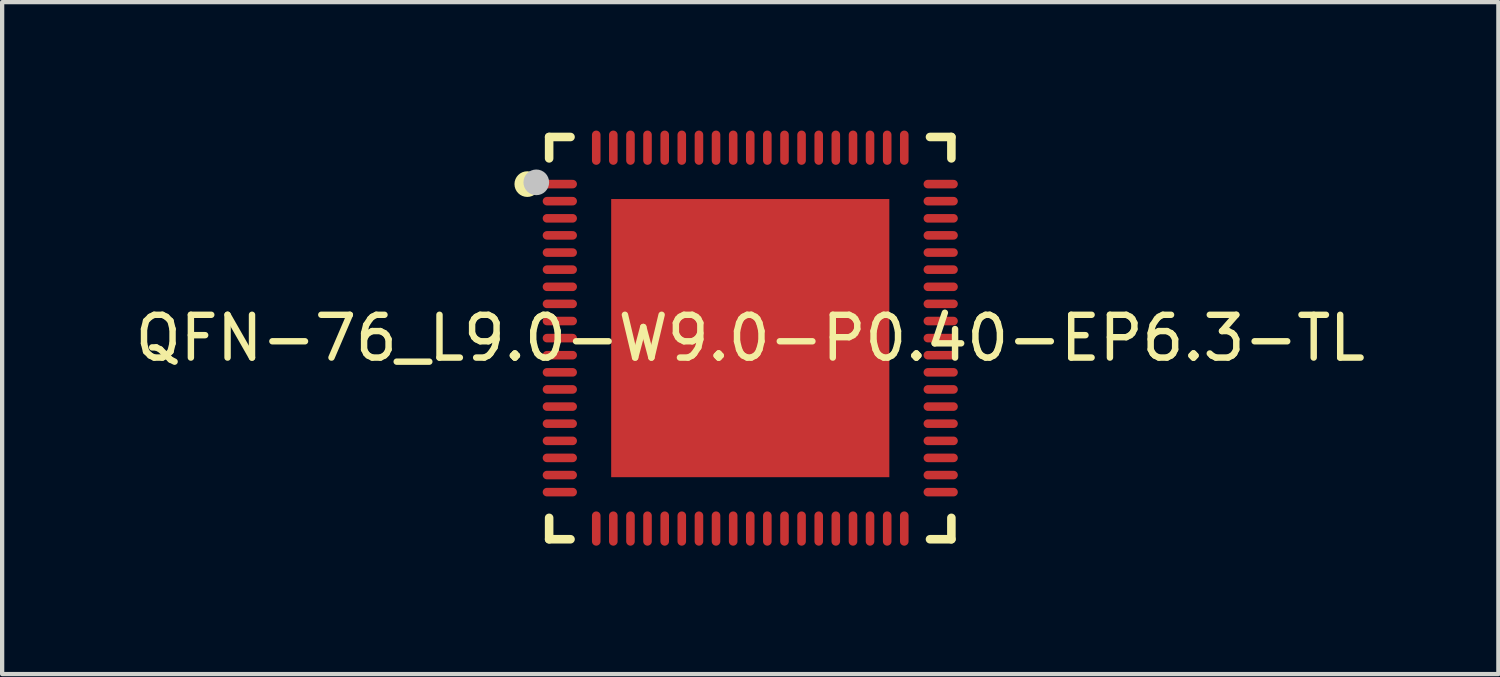
<source format=kicad_pcb>
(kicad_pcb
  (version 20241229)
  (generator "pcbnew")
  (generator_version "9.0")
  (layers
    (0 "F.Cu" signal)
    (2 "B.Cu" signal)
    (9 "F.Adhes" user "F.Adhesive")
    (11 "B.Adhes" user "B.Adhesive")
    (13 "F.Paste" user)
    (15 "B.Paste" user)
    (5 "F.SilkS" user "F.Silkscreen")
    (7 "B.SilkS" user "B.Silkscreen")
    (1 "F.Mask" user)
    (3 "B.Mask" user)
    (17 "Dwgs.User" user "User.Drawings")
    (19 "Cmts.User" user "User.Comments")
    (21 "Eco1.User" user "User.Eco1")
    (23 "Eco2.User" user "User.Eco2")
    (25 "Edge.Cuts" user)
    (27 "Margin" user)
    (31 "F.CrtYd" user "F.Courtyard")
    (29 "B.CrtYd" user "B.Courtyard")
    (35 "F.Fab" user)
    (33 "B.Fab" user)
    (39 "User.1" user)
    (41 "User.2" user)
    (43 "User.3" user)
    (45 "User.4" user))
  (footprint "QFN-76_L9.0-W9.0-P0.40-EP6.3-TL"
    (layer "F.Cu")
    (at 14.482 4.851)
    (property "Reference" "QFN-76_L9.0-W9.0-P0.40-EP6.3-TL" (at 0 0 0) (layer "F.SilkS") (effects (font (size 1 1) (thickness 0.15))))
    (fp_line (start -4.7 -4.7) (end -4.2 -4.7) (stroke (width 0.2) (type default)) (layer "F.SilkS"))
    (fp_line (start -4.7 -4.2) (end -4.7 -4.7) (stroke (width 0.2) (type default)) (layer "F.SilkS"))
    (fp_line (start -4.7 4.7) (end -4.7 4.2) (stroke (width 0.2) (type default)) (layer "F.SilkS"))
    (fp_line (start -4.2 4.7) (end -4.7 4.7) (stroke (width 0.2) (type default)) (layer "F.SilkS"))
    (fp_line (start 4.2 4.7) (end 4.7 4.7) (stroke (width 0.2) (type default)) (layer "F.SilkS"))
    (fp_line (start 4.7 -4.7) (end 4.2 -4.7) (stroke (width 0.2) (type default)) (layer "F.SilkS"))
    (fp_line (start 4.7 -4.2) (end 4.7 -4.7) (stroke (width 0.2) (type default)) (layer "F.SilkS"))
    (fp_line (start 4.7 4.7) (end 4.7 4.2) (stroke (width 0.2) (type default)) (layer "F.SilkS"))
    (fp_arc (start -5.06 -3.5975) (mid -5.360003 -3.59825) (end -5.06 -3.6) (stroke (width 0.3) (type default)) (layer "F.SilkS"))
    (fp_poly (pts (xy -2.9 -2.9) (xy 2.9 -2.9) (xy 2.9 2.9) (xy -2.9 2.9)) (stroke (width 0) (type default)) (fill yes) (layer "F.Paste"))
    (fp_poly (pts (arc (start -4.75 -3.499) (mid -4.85 -3.599) (end -4.75 -3.699)) (arc (start -4.15 -3.699) (mid -4.05 -3.599) (end -4.15 -3.499))) (stroke (width 0) (type default)) (fill yes) (layer "F.Paste"))
    (fp_poly (pts (arc (start -4.75 -3.1005) (mid -4.85 -3.2005) (end -4.75 -3.3005)) (arc (start -4.15 -3.3005) (mid -4.05 -3.2005) (end -4.15 -3.1005))) (stroke (width 0) (type default)) (fill yes) (layer "F.Paste"))
    (fp_poly (pts (arc (start -4.75 -2.699) (mid -4.85 -2.799) (end -4.75 -2.899)) (arc (start -4.15 -2.899) (mid -4.05 -2.799) (end -4.15 -2.699))) (stroke (width 0) (type default)) (fill yes) (layer "F.Paste"))
    (fp_poly (pts (arc (start -4.75 -2.3005) (mid -4.85 -2.4005) (end -4.75 -2.5005)) (arc (start -4.15 -2.5005) (mid -4.05 -2.4005) (end -4.15 -2.3005))) (stroke (width 0) (type default)) (fill yes) (layer "F.Paste"))
    (fp_poly (pts (arc (start -4.75 -1.899) (mid -4.85 -1.999) (end -4.75 -2.099)) (arc (start -4.15 -2.099) (mid -4.05 -1.999) (end -4.15 -1.899))) (stroke (width 0) (type default)) (fill yes) (layer "F.Paste"))
    (fp_poly (pts (arc (start -4.75 -1.5) (mid -4.85 -1.6) (end -4.75 -1.7)) (arc (start -4.15 -1.7) (mid -4.05 -1.6) (end -4.15 -1.5))) (stroke (width 0) (type default)) (fill yes) (layer "F.Paste"))
    (fp_poly (pts (arc (start -4.75 -1.099) (mid -4.85 -1.199) (end -4.75 -1.299)) (arc (start -4.15 -1.299) (mid -4.05 -1.199) (end -4.15 -1.099))) (stroke (width 0) (type default)) (fill yes) (layer "F.Paste"))
    (fp_poly (pts (arc (start -4.75 -0.7) (mid -4.85 -0.8) (end -4.75 -0.9)) (arc (start -4.15 -0.9) (mid -4.05 -0.8) (end -4.15 -0.7))) (stroke (width 0) (type default)) (fill yes) (layer "F.Paste"))
    (fp_poly (pts (arc (start -4.75 -0.299) (mid -4.85 -0.399) (end -4.75 -0.499)) (arc (start -4.15 -0.499) (mid -4.05 -0.399) (end -4.15 -0.299))) (stroke (width 0) (type default)) (fill yes) (layer "F.Paste"))
    (fp_poly (pts (arc (start -4.75 0.1) (mid -4.85 0) (end -4.75 -0.1)) (arc (start -4.15 -0.1) (mid -4.05 0) (end -4.15 0.1))) (stroke (width 0) (type default)) (fill yes) (layer "F.Paste"))
    (fp_poly (pts (arc (start -4.75 0.499) (mid -4.85 0.399) (end -4.75 0.299)) (arc (start -4.15 0.299) (mid -4.05 0.399) (end -4.15 0.499))) (stroke (width 0) (type default)) (fill yes) (layer "F.Paste"))
    (fp_poly (pts (arc (start -4.75 0.9) (mid -4.85 0.8) (end -4.75 0.7)) (arc (start -4.15 0.7) (mid -4.05 0.8) (end -4.15 0.9))) (stroke (width 0) (type default)) (fill yes) (layer "F.Paste"))
    (fp_poly (pts (arc (start -4.75 1.299) (mid -4.85 1.199) (end -4.75 1.099)) (arc (start -4.15 1.099) (mid -4.05 1.199) (end -4.15 1.299))) (stroke (width 0) (type default)) (fill yes) (layer "F.Paste"))
    (fp_poly (pts (arc (start -4.75 1.7) (mid -4.85 1.6) (end -4.75 1.5)) (arc (start -4.15 1.5) (mid -4.05 1.6) (end -4.15 1.7))) (stroke (width 0) (type default)) (fill yes) (layer "F.Paste"))
    (fp_poly (pts (arc (start -4.75 2.099) (mid -4.85 1.999) (end -4.75 1.899)) (arc (start -4.15 1.899) (mid -4.05 1.999) (end -4.15 2.099))) (stroke (width 0) (type default)) (fill yes) (layer "F.Paste"))
    (fp_poly (pts (arc (start -4.75 2.5005) (mid -4.85 2.4005) (end -4.75 2.3005)) (arc (start -4.15 2.3005) (mid -4.05 2.4005) (end -4.15 2.5005))) (stroke (width 0) (type default)) (fill yes) (layer "F.Paste"))
    (fp_poly (pts (arc (start -4.75 2.899) (mid -4.85 2.799) (end -4.75 2.699)) (arc (start -4.15 2.699) (mid -4.05 2.799) (end -4.15 2.899))) (stroke (width 0) (type default)) (fill yes) (layer "F.Paste"))
    (fp_poly (pts (arc (start -4.75 3.3005) (mid -4.85 3.2005) (end -4.75 3.1005)) (arc (start -4.15 3.1005) (mid -4.05 3.2005) (end -4.15 3.3005))) (stroke (width 0) (type default)) (fill yes) (layer "F.Paste"))
    (fp_poly (pts (arc (start -4.75 3.699) (mid -4.85 3.599) (end -4.75 3.499)) (arc (start -4.15 3.499) (mid -4.05 3.599) (end -4.15 3.699))) (stroke (width 0) (type default)) (fill yes) (layer "F.Paste"))
    (fp_poly (pts (arc (start -3.699 -4.75) (mid -3.599 -4.85) (end -3.499 -4.75)) (arc (start -3.499 -4.15) (mid -3.599 -4.05) (end -3.699 -4.15))) (stroke (width 0) (type default)) (fill yes) (layer "F.Paste"))
    (fp_poly (pts (arc (start -3.499 4.75) (mid -3.599 4.85) (end -3.699 4.75)) (arc (start -3.699 4.15) (mid -3.599 4.05) (end -3.499 4.15))) (stroke (width 0) (type default)) (fill yes) (layer "F.Paste"))
    (fp_poly (pts (arc (start -3.3005 -4.75) (mid -3.2005 -4.85) (end -3.1005 -4.75)) (arc (start -3.1005 -4.15) (mid -3.2005 -4.05) (end -3.3005 -4.15))) (stroke (width 0) (type default)) (fill yes) (layer "F.Paste"))
    (fp_poly (pts (arc (start -3.1005 4.75) (mid -3.2005 4.85) (end -3.3005 4.75)) (arc (start -3.3005 4.15) (mid -3.2005 4.05) (end -3.1005 4.15))) (stroke (width 0) (type default)) (fill yes) (layer "F.Paste"))
    (fp_poly (pts (arc (start -2.899 -4.75) (mid -2.799 -4.85) (end -2.699 -4.75)) (arc (start -2.699 -4.15) (mid -2.799 -4.05) (end -2.899 -4.15))) (stroke (width 0) (type default)) (fill yes) (layer "F.Paste"))
    (fp_poly (pts (arc (start -2.699 4.75) (mid -2.799 4.85) (end -2.899 4.75)) (arc (start -2.899 4.15) (mid -2.799 4.05) (end -2.699 4.15))) (stroke (width 0) (type default)) (fill yes) (layer "F.Paste"))
    (fp_poly (pts (arc (start -2.5005 -4.75) (mid -2.4005 -4.85) (end -2.3005 -4.75)) (arc (start -2.3005 -4.15) (mid -2.4005 -4.05) (end -2.5005 -4.15))) (stroke (width 0) (type default)) (fill yes) (layer "F.Paste"))
    (fp_poly (pts (arc (start -2.3005 4.75) (mid -2.4005 4.85) (end -2.5005 4.75)) (arc (start -2.5005 4.15) (mid -2.4005 4.05) (end -2.3005 4.15))) (stroke (width 0) (type default)) (fill yes) (layer "F.Paste"))
    (fp_poly (pts (arc (start -2.099 -4.75) (mid -1.999 -4.85) (end -1.899 -4.75)) (arc (start -1.899 -4.15) (mid -1.999 -4.05) (end -2.099 -4.15))) (stroke (width 0) (type default)) (fill yes) (layer "F.Paste"))
    (fp_poly (pts (arc (start -1.899 4.75) (mid -1.999 4.85) (end -2.099 4.75)) (arc (start -2.099 4.15) (mid -1.999 4.05) (end -1.899 4.15))) (stroke (width 0) (type default)) (fill yes) (layer "F.Paste"))
    (fp_poly (pts (arc (start -1.7 -4.75) (mid -1.6 -4.85) (end -1.5 -4.75)) (arc (start -1.5 -4.15) (mid -1.6 -4.05) (end -1.7 -4.15))) (stroke (width 0) (type default)) (fill yes) (layer "F.Paste"))
    (fp_poly (pts (arc (start -1.5 4.75) (mid -1.6 4.85) (end -1.7 4.75)) (arc (start -1.7 4.15) (mid -1.6 4.05) (end -1.5 4.15))) (stroke (width 0) (type default)) (fill yes) (layer "F.Paste"))
    (fp_poly (pts (arc (start -1.299 -4.75) (mid -1.199 -4.85) (end -1.099 -4.75)) (arc (start -1.099 -4.15) (mid -1.199 -4.05) (end -1.299 -4.15))) (stroke (width 0) (type default)) (fill yes) (layer "F.Paste"))
    (fp_poly (pts (arc (start -1.099 4.75) (mid -1.199 4.85) (end -1.299 4.75)) (arc (start -1.299 4.15) (mid -1.199 4.05) (end -1.099 4.15))) (stroke (width 0) (type default)) (fill yes) (layer "F.Paste"))
    (fp_poly (pts (arc (start -0.9 -4.75) (mid -0.8 -4.85) (end -0.7 -4.75)) (arc (start -0.7 -4.15) (mid -0.8 -4.05) (end -0.9 -4.15))) (stroke (width 0) (type default)) (fill yes) (layer "F.Paste"))
    (fp_poly (pts (arc (start -0.7 4.75) (mid -0.8 4.85) (end -0.9 4.75)) (arc (start -0.9 4.15) (mid -0.8 4.05) (end -0.7 4.15))) (stroke (width 0) (type default)) (fill yes) (layer "F.Paste"))
    (fp_poly (pts (arc (start -0.499 -4.75) (mid -0.399 -4.85) (end -0.299 -4.75)) (arc (start -0.299 -4.15) (mid -0.399 -4.05) (end -0.499 -4.15))) (stroke (width 0) (type default)) (fill yes) (layer "F.Paste"))
    (fp_poly (pts (arc (start -0.299 4.75) (mid -0.399 4.85) (end -0.499 4.75)) (arc (start -0.499 4.15) (mid -0.399 4.05) (end -0.299 4.15))) (stroke (width 0) (type default)) (fill yes) (layer "F.Paste"))
    (fp_poly (pts (arc (start -0.1 -4.75) (mid 0 -4.85) (end 0.1 -4.75)) (arc (start 0.1 -4.15) (mid 0 -4.05) (end -0.1 -4.15))) (stroke (width 0) (type default)) (fill yes) (layer "F.Paste"))
    (fp_poly (pts (arc (start 0.1 4.75) (mid 0 4.85) (end -0.1 4.75)) (arc (start -0.1 4.15) (mid 0 4.05) (end 0.1 4.15))) (stroke (width 0) (type default)) (fill yes) (layer "F.Paste"))
    (fp_poly (pts (arc (start 0.299 -4.75) (mid 0.399 -4.85) (end 0.499 -4.75)) (arc (start 0.499 -4.15) (mid 0.399 -4.05) (end 0.299 -4.15))) (stroke (width 0) (type default)) (fill yes) (layer "F.Paste"))
    (fp_poly (pts (arc (start 0.499 4.75) (mid 0.399 4.85) (end 0.299 4.75)) (arc (start 0.299 4.15) (mid 0.399 4.05) (end 0.499 4.15))) (stroke (width 0) (type default)) (fill yes) (layer "F.Paste"))
    (fp_poly (pts (arc (start 0.7 -4.75) (mid 0.8 -4.85) (end 0.9 -4.75)) (arc (start 0.9 -4.15) (mid 0.8 -4.05) (end 0.7 -4.15))) (stroke (width 0) (type default)) (fill yes) (layer "F.Paste"))
    (fp_poly (pts (arc (start 0.9 4.75) (mid 0.8 4.85) (end 0.7 4.75)) (arc (start 0.7 4.15) (mid 0.8 4.05) (end 0.9 4.15))) (stroke (width 0) (type default)) (fill yes) (layer "F.Paste"))
    (fp_poly (pts (arc (start 1.099 -4.75) (mid 1.199 -4.85) (end 1.299 -4.75)) (arc (start 1.299 -4.15) (mid 1.199 -4.05) (end 1.099 -4.15))) (stroke (width 0) (type default)) (fill yes) (layer "F.Paste"))
    (fp_poly (pts (arc (start 1.299 4.75) (mid 1.199 4.85) (end 1.099 4.75)) (arc (start 1.099 4.15) (mid 1.199 4.05) (end 1.299 4.15))) (stroke (width 0) (type default)) (fill yes) (layer "F.Paste"))
    (fp_poly (pts (arc (start 1.5 -4.75) (mid 1.6 -4.85) (end 1.7 -4.75)) (arc (start 1.7 -4.15) (mid 1.6 -4.05) (end 1.5 -4.15))) (stroke (width 0) (type default)) (fill yes) (layer "F.Paste"))
    (fp_poly (pts (arc (start 1.7 4.75) (mid 1.6 4.85) (end 1.5 4.75)) (arc (start 1.5 4.15) (mid 1.6 4.05) (end 1.7 4.15))) (stroke (width 0) (type default)) (fill yes) (layer "F.Paste"))
    (fp_poly (pts (arc (start 1.899 -4.75) (mid 1.999 -4.85) (end 2.099 -4.75)) (arc (start 2.099 -4.15) (mid 1.999 -4.05) (end 1.899 -4.15))) (stroke (width 0) (type default)) (fill yes) (layer "F.Paste"))
    (fp_poly (pts (arc (start 2.099 4.75) (mid 1.999 4.85) (end 1.899 4.75)) (arc (start 1.899 4.15) (mid 1.999 4.05) (end 2.099 4.15))) (stroke (width 0) (type default)) (fill yes) (layer "F.Paste"))
    (fp_poly (pts (arc (start 2.3005 -4.75) (mid 2.4005 -4.85) (end 2.5005 -4.75)) (arc (start 2.5005 -4.15) (mid 2.4005 -4.05) (end 2.3005 -4.15))) (stroke (width 0) (type default)) (fill yes) (layer "F.Paste"))
    (fp_poly (pts (arc (start 2.5005 4.75) (mid 2.4005 4.85) (end 2.3005 4.75)) (arc (start 2.3005 4.15) (mid 2.4005 4.05) (end 2.5005 4.15))) (stroke (width 0) (type default)) (fill yes) (layer "F.Paste"))
    (fp_poly (pts (arc (start 2.699 -4.75) (mid 2.799 -4.85) (end 2.899 -4.75)) (arc (start 2.899 -4.15) (mid 2.799 -4.05) (end 2.699 -4.15))) (stroke (width 0) (type default)) (fill yes) (layer "F.Paste"))
    (fp_poly (pts (arc (start 2.899 4.75) (mid 2.799 4.85) (end 2.699 4.75)) (arc (start 2.699 4.15) (mid 2.799 4.05) (end 2.899 4.15))) (stroke (width 0) (type default)) (fill yes) (layer "F.Paste"))
    (fp_poly (pts (arc (start 3.1005 -4.75) (mid 3.2005 -4.85) (end 3.3005 -4.75)) (arc (start 3.3005 -4.15) (mid 3.2005 -4.05) (end 3.1005 -4.15))) (stroke (width 0) (type default)) (fill yes) (layer "F.Paste"))
    (fp_poly (pts (arc (start 3.3005 4.75) (mid 3.2005 4.85) (end 3.1005 4.75)) (arc (start 3.1005 4.15) (mid 3.2005 4.05) (end 3.3005 4.15))) (stroke (width 0) (type default)) (fill yes) (layer "F.Paste"))
    (fp_poly (pts (arc (start 3.499 -4.75) (mid 3.599 -4.85) (end 3.699 -4.75)) (arc (start 3.699 -4.15) (mid 3.599 -4.05) (end 3.499 -4.15))) (stroke (width 0) (type default)) (fill yes) (layer "F.Paste"))
    (fp_poly (pts (arc (start 3.699 4.75) (mid 3.599 4.85) (end 3.499 4.75)) (arc (start 3.499 4.15) (mid 3.599 4.05) (end 3.699 4.15))) (stroke (width 0) (type default)) (fill yes) (layer "F.Paste"))
    (fp_poly (pts (arc (start 4.75 -3.699) (mid 4.85 -3.599) (end 4.75 -3.499)) (arc (start 4.15 -3.499) (mid 4.05 -3.599) (end 4.15 -3.699))) (stroke (width 0) (type default)) (fill yes) (layer "F.Paste"))
    (fp_poly (pts (arc (start 4.75 -3.3005) (mid 4.85 -3.2005) (end 4.75 -3.1005)) (arc (start 4.15 -3.1005) (mid 4.05 -3.2005) (end 4.15 -3.3005))) (stroke (width 0) (type default)) (fill yes) (layer "F.Paste"))
    (fp_poly (pts (arc (start 4.75 -2.899) (mid 4.85 -2.799) (end 4.75 -2.699)) (arc (start 4.15 -2.699) (mid 4.05 -2.799) (end 4.15 -2.899))) (stroke (width 0) (type default)) (fill yes) (layer "F.Paste"))
    (fp_poly (pts (arc (start 4.75 -2.5005) (mid 4.85 -2.4005) (end 4.75 -2.3005)) (arc (start 4.15 -2.3005) (mid 4.05 -2.4005) (end 4.15 -2.5005))) (stroke (width 0) (type default)) (fill yes) (layer "F.Paste"))
    (fp_poly (pts (arc (start 4.75 -2.099) (mid 4.85 -1.999) (end 4.75 -1.899)) (arc (start 4.15 -1.899) (mid 4.05 -1.999) (end 4.15 -2.099))) (stroke (width 0) (type default)) (fill yes) (layer "F.Paste"))
    (fp_poly (pts (arc (start 4.75 -1.7) (mid 4.85 -1.6) (end 4.75 -1.5)) (arc (start 4.15 -1.5) (mid 4.05 -1.6) (end 4.15 -1.7))) (stroke (width 0) (type default)) (fill yes) (layer "F.Paste"))
    (fp_poly (pts (arc (start 4.75 -1.299) (mid 4.85 -1.199) (end 4.75 -1.099)) (arc (start 4.15 -1.099) (mid 4.05 -1.199) (end 4.15 -1.299))) (stroke (width 0) (type default)) (fill yes) (layer "F.Paste"))
    (fp_poly (pts (arc (start 4.75 -0.9) (mid 4.85 -0.8) (end 4.75 -0.7)) (arc (start 4.15 -0.7) (mid 4.05 -0.8) (end 4.15 -0.9))) (stroke (width 0) (type default)) (fill yes) (layer "F.Paste"))
    (fp_poly (pts (arc (start 4.75 -0.499) (mid 4.85 -0.399) (end 4.75 -0.299)) (arc (start 4.15 -0.299) (mid 4.05 -0.399) (end 4.15 -0.499))) (stroke (width 0) (type default)) (fill yes) (layer "F.Paste"))
    (fp_poly (pts (arc (start 4.75 -0.1) (mid 4.85 0) (end 4.75 0.1)) (arc (start 4.15 0.1) (mid 4.05 0) (end 4.15 -0.1))) (stroke (width 0) (type default)) (fill yes) (layer "F.Paste"))
    (fp_poly (pts (arc (start 4.75 0.299) (mid 4.85 0.399) (end 4.75 0.499)) (arc (start 4.15 0.499) (mid 4.05 0.399) (end 4.15 0.299))) (stroke (width 0) (type default)) (fill yes) (layer "F.Paste"))
    (fp_poly (pts (arc (start 4.75 0.7) (mid 4.85 0.8) (end 4.75 0.9)) (arc (start 4.15 0.9) (mid 4.05 0.8) (end 4.15 0.7))) (stroke (width 0) (type default)) (fill yes) (layer "F.Paste"))
    (fp_poly (pts (arc (start 4.75 1.099) (mid 4.85 1.199) (end 4.75 1.299)) (arc (start 4.15 1.299) (mid 4.05 1.199) (end 4.15 1.099))) (stroke (width 0) (type default)) (fill yes) (layer "F.Paste"))
    (fp_poly (pts (arc (start 4.75 1.5) (mid 4.85 1.6) (end 4.75 1.7)) (arc (start 4.15 1.7) (mid 4.05 1.6) (end 4.15 1.5))) (stroke (width 0) (type default)) (fill yes) (layer "F.Paste"))
    (fp_poly (pts (arc (start 4.75 1.899) (mid 4.85 1.999) (end 4.75 2.099)) (arc (start 4.15 2.099) (mid 4.05 1.999) (end 4.15 1.899))) (stroke (width 0) (type default)) (fill yes) (layer "F.Paste"))
    (fp_poly (pts (arc (start 4.75 2.3005) (mid 4.85 2.4005) (end 4.75 2.5005)) (arc (start 4.15 2.5005) (mid 4.05 2.4005) (end 4.15 2.3005))) (stroke (width 0) (type default)) (fill yes) (layer "F.Paste"))
    (fp_poly (pts (arc (start 4.75 2.699) (mid 4.85 2.799) (end 4.75 2.899)) (arc (start 4.15 2.899) (mid 4.05 2.799) (end 4.15 2.699))) (stroke (width 0) (type default)) (fill yes) (layer "F.Paste"))
    (fp_poly (pts (arc (start 4.75 3.1005) (mid 4.85 3.2005) (end 4.75 3.3005)) (arc (start 4.15 3.3005) (mid 4.05 3.2005) (end 4.15 3.1005))) (stroke (width 0) (type default)) (fill yes) (layer "F.Paste"))
    (fp_poly (pts (arc (start 4.75 3.499) (mid 4.85 3.599) (end 4.75 3.699)) (arc (start 4.15 3.699) (mid 4.05 3.599) (end 4.15 3.499))) (stroke (width 0) (type default)) (fill yes) (layer "F.Paste"))
    (fp_circle (center -5 -3.64) (end -4.85 -3.64) (stroke (width 0.3) (type default)) (fill no) (layer "Dwgs.User"))
    (fp_poly (pts (xy -4.5 -3.499) (xy -4.5 -3.699) (xy -4.1 -3.699) (xy -4.1 -3.499)) (stroke (width 0.1) (type default)) (fill no) (layer "User.1"))
    (fp_poly (pts (xy -4.5 -3.1) (xy -4.5 -3.3) (xy -4.1 -3.3) (xy -4.1 -3.1)) (stroke (width 0.1) (type default)) (fill no) (layer "User.1"))
    (fp_poly (pts (xy -4.5 -2.699) (xy -4.5 -2.899) (xy -4.1 -2.899) (xy -4.1 -2.699)) (stroke (width 0.1) (type default)) (fill no) (layer "User.1"))
    (fp_poly (pts (xy -4.5 -2.3) (xy -4.5 -2.501) (xy -4.1 -2.501) (xy -4.1 -2.3)) (stroke (width 0.1) (type default)) (fill no) (layer "User.1"))
    (fp_poly (pts (xy -4.5 -1.899) (xy -4.5 -2.099) (xy -4.1 -2.099) (xy -4.1 -1.899)) (stroke (width 0.1) (type default)) (fill no) (layer "User.1"))
    (fp_poly (pts (xy -4.5 -1.5) (xy -4.5 -1.7) (xy -4.1 -1.7) (xy -4.1 -1.5)) (stroke (width 0.1) (type default)) (fill no) (layer "User.1"))
    (fp_poly (pts (xy -4.5 -1.099) (xy -4.5 -1.299) (xy -4.1 -1.299) (xy -4.1 -1.099)) (stroke (width 0.1) (type default)) (fill no) (layer "User.1"))
    (fp_poly (pts (xy -4.5 -0.7) (xy -4.5 -0.9) (xy -4.1 -0.9) (xy -4.1 -0.7)) (stroke (width 0.1) (type default)) (fill no) (layer "User.1"))
    (fp_poly (pts (xy -4.5 -0.299) (xy -4.5 -0.499) (xy -4.1 -0.499) (xy -4.1 -0.299)) (stroke (width 0.1) (type default)) (fill no) (layer "User.1"))
    (fp_poly (pts (xy -4.5 0.1) (xy -4.5 -0.1) (xy -4.1 -0.1) (xy -4.1 0.1)) (stroke (width 0.1) (type default)) (fill no) (layer "User.1"))
    (fp_poly (pts (xy -4.5 0.499) (xy -4.5 0.299) (xy -4.1 0.299) (xy -4.1 0.499)) (stroke (width 0.1) (type default)) (fill no) (layer "User.1"))
    (fp_poly (pts (xy -4.5 0.9) (xy -4.5 0.7) (xy -4.1 0.7) (xy -4.1 0.9)) (stroke (width 0.1) (type default)) (fill no) (layer "User.1"))
    (fp_poly (pts (xy -4.5 1.299) (xy -4.5 1.099) (xy -4.1 1.099) (xy -4.1 1.299)) (stroke (width 0.1) (type default)) (fill no) (layer "User.1"))
    (fp_poly (pts (xy -4.5 1.7) (xy -4.5 1.5) (xy -4.1 1.5) (xy -4.1 1.7)) (stroke (width 0.1) (type default)) (fill no) (layer "User.1"))
    (fp_poly (pts (xy -4.5 2.099) (xy -4.5 1.899) (xy -4.1 1.899) (xy -4.1 2.099)) (stroke (width 0.1) (type default)) (fill no) (layer "User.1"))
    (fp_poly (pts (xy -4.5 2.501) (xy -4.5 2.3) (xy -4.1 2.3) (xy -4.1 2.501)) (stroke (width 0.1) (type default)) (fill no) (layer "User.1"))
    (fp_poly (pts (xy -4.5 2.899) (xy -4.5 2.699) (xy -4.1 2.699) (xy -4.1 2.899)) (stroke (width 0.1) (type default)) (fill no) (layer "User.1"))
    (fp_poly (pts (xy -4.5 3.3) (xy -4.5 3.1) (xy -4.1 3.1) (xy -4.1 3.3)) (stroke (width 0.1) (type default)) (fill no) (layer "User.1"))
    (fp_poly (pts (xy -4.5 3.699) (xy -4.5 3.499) (xy -4.1 3.499) (xy -4.1 3.699)) (stroke (width 0.1) (type default)) (fill no) (layer "User.1"))
    (fp_poly (pts (xy -3.699 -4.1) (xy -3.699 -4.5) (xy -3.499 -4.5) (xy -3.499 -4.1)) (stroke (width 0.1) (type default)) (fill no) (layer "User.1"))
    (fp_poly (pts (xy -3.699 4.5) (xy -3.699 4.1) (xy -3.499 4.1) (xy -3.499 4.5)) (stroke (width 0.1) (type default)) (fill no) (layer "User.1"))
    (fp_poly (pts (xy -3.3 -4.1) (xy -3.3 -4.5) (xy -3.1 -4.5) (xy -3.1 -4.1)) (stroke (width 0.1) (type default)) (fill no) (layer "User.1"))
    (fp_poly (pts (xy -3.3 4.5) (xy -3.3 4.1) (xy -3.1 4.1) (xy -3.1 4.5)) (stroke (width 0.1) (type default)) (fill no) (layer "User.1"))
    (fp_poly (pts (xy -3.15 -3.15) (xy 3.15 -3.15) (xy 3.15 3.15) (xy -3.15 3.15)) (stroke (width 0.1) (type default)) (fill no) (layer "User.1"))
    (fp_poly (pts (xy -2.899 -4.1) (xy -2.899 -4.5) (xy -2.699 -4.5) (xy -2.699 -4.1)) (stroke (width 0.1) (type default)) (fill no) (layer "User.1"))
    (fp_poly (pts (xy -2.899 4.5) (xy -2.899 4.1) (xy -2.699 4.1) (xy -2.699 4.5)) (stroke (width 0.1) (type default)) (fill no) (layer "User.1"))
    (fp_poly (pts (xy -2.501 -4.1) (xy -2.501 -4.5) (xy -2.3 -4.5) (xy -2.3 -4.1)) (stroke (width 0.1) (type default)) (fill no) (layer "User.1"))
    (fp_poly (pts (xy -2.501 4.5) (xy -2.501 4.1) (xy -2.3 4.1) (xy -2.3 4.5)) (stroke (width 0.1) (type default)) (fill no) (layer "User.1"))
    (fp_poly (pts (xy -2.099 -4.1) (xy -2.099 -4.5) (xy -1.899 -4.5) (xy -1.899 -4.1)) (stroke (width 0.1) (type default)) (fill no) (layer "User.1"))
    (fp_poly (pts (xy -2.099 4.5) (xy -2.099 4.1) (xy -1.899 4.1) (xy -1.899 4.5)) (stroke (width 0.1) (type default)) (fill no) (layer "User.1"))
    (fp_poly (pts (xy -1.7 -4.1) (xy -1.7 -4.5) (xy -1.5 -4.5) (xy -1.5 -4.1)) (stroke (width 0.1) (type default)) (fill no) (layer "User.1"))
    (fp_poly (pts (xy -1.7 4.5) (xy -1.7 4.1) (xy -1.5 4.1) (xy -1.5 4.5)) (stroke (width 0.1) (type default)) (fill no) (layer "User.1"))
    (fp_poly (pts (xy -1.299 -4.1) (xy -1.299 -4.5) (xy -1.099 -4.5) (xy -1.099 -4.1)) (stroke (width 0.1) (type default)) (fill no) (layer "User.1"))
    (fp_poly (pts (xy -1.299 4.5) (xy -1.299 4.1) (xy -1.099 4.1) (xy -1.099 4.5)) (stroke (width 0.1) (type default)) (fill no) (layer "User.1"))
    (fp_poly (pts (xy -0.9 -4.1) (xy -0.9 -4.5) (xy -0.7 -4.5) (xy -0.7 -4.1)) (stroke (width 0.1) (type default)) (fill no) (layer "User.1"))
    (fp_poly (pts (xy -0.9 4.5) (xy -0.9 4.1) (xy -0.7 4.1) (xy -0.7 4.5)) (stroke (width 0.1) (type default)) (fill no) (layer "User.1"))
    (fp_poly (pts (xy -0.499 -4.1) (xy -0.499 -4.5) (xy -0.299 -4.5) (xy -0.299 -4.1)) (stroke (width 0.1) (type default)) (fill no) (layer "User.1"))
    (fp_poly (pts (xy -0.499 4.5) (xy -0.499 4.1) (xy -0.299 4.1) (xy -0.299 4.5)) (stroke (width 0.1) (type default)) (fill no) (layer "User.1"))
    (fp_poly (pts (xy -0.1 -4.1) (xy -0.1 -4.5) (xy 0.1 -4.5) (xy 0.1 -4.1)) (stroke (width 0.1) (type default)) (fill no) (layer "User.1"))
    (fp_poly (pts (xy -0.1 4.5) (xy -0.1 4.1) (xy 0.1 4.1) (xy 0.1 4.5)) (stroke (width 0.1) (type default)) (fill no) (layer "User.1"))
    (fp_poly (pts (xy 0.299 -4.1) (xy 0.299 -4.5) (xy 0.499 -4.5) (xy 0.499 -4.1)) (stroke (width 0.1) (type default)) (fill no) (layer "User.1"))
    (fp_poly (pts (xy 0.299 4.5) (xy 0.299 4.1) (xy 0.499 4.1) (xy 0.499 4.5)) (stroke (width 0.1) (type default)) (fill no) (layer "User.1"))
    (fp_poly (pts (xy 0.7 -4.1) (xy 0.7 -4.5) (xy 0.9 -4.5) (xy 0.9 -4.1)) (stroke (width 0.1) (type default)) (fill no) (layer "User.1"))
    (fp_poly (pts (xy 0.7 4.5) (xy 0.7 4.1) (xy 0.9 4.1) (xy 0.9 4.5)) (stroke (width 0.1) (type default)) (fill no) (layer "User.1"))
    (fp_poly (pts (xy 1.099 -4.1) (xy 1.099 -4.5) (xy 1.299 -4.5) (xy 1.299 -4.1)) (stroke (width 0.1) (type default)) (fill no) (layer "User.1"))
    (fp_poly (pts (xy 1.099 4.5) (xy 1.099 4.1) (xy 1.299 4.1) (xy 1.299 4.5)) (stroke (width 0.1) (type default)) (fill no) (layer "User.1"))
    (fp_poly (pts (xy 1.5 -4.1) (xy 1.5 -4.5) (xy 1.7 -4.5) (xy 1.7 -4.1)) (stroke (width 0.1) (type default)) (fill no) (layer "User.1"))
    (fp_poly (pts (xy 1.5 4.5) (xy 1.5 4.1) (xy 1.7 4.1) (xy 1.7 4.5)) (stroke (width 0.1) (type default)) (fill no) (layer "User.1"))
    (fp_poly (pts (xy 1.899 -4.1) (xy 1.899 -4.5) (xy 2.099 -4.5) (xy 2.099 -4.1)) (stroke (width 0.1) (type default)) (fill no) (layer "User.1"))
    (fp_poly (pts (xy 1.899 4.5) (xy 1.899 4.1) (xy 2.099 4.1) (xy 2.099 4.5)) (stroke (width 0.1) (type default)) (fill no) (layer "User.1"))
    (fp_poly (pts (xy 2.3 -4.1) (xy 2.3 -4.5) (xy 2.501 -4.5) (xy 2.501 -4.1)) (stroke (width 0.1) (type default)) (fill no) (layer "User.1"))
    (fp_poly (pts (xy 2.3 4.5) (xy 2.3 4.1) (xy 2.501 4.1) (xy 2.501 4.5)) (stroke (width 0.1) (type default)) (fill no) (layer "User.1"))
    (fp_poly (pts (xy 2.699 -4.1) (xy 2.699 -4.5) (xy 2.899 -4.5) (xy 2.899 -4.1)) (stroke (width 0.1) (type default)) (fill no) (layer "User.1"))
    (fp_poly (pts (xy 2.699 4.5) (xy 2.699 4.1) (xy 2.899 4.1) (xy 2.899 4.5)) (stroke (width 0.1) (type default)) (fill no) (layer "User.1"))
    (fp_poly (pts (xy 3.1 -4.1) (xy 3.1 -4.5) (xy 3.3 -4.5) (xy 3.3 -4.1)) (stroke (width 0.1) (type default)) (fill no) (layer "User.1"))
    (fp_poly (pts (xy 3.1 4.5) (xy 3.1 4.1) (xy 3.3 4.1) (xy 3.3 4.5)) (stroke (width 0.1) (type default)) (fill no) (layer "User.1"))
    (fp_poly (pts (xy 3.499 -4.1) (xy 3.499 -4.5) (xy 3.699 -4.5) (xy 3.699 -4.1)) (stroke (width 0.1) (type default)) (fill no) (layer "User.1"))
    (fp_poly (pts (xy 3.499 4.5) (xy 3.499 4.1) (xy 3.699 4.1) (xy 3.699 4.5)) (stroke (width 0.1) (type default)) (fill no) (layer "User.1"))
    (fp_poly (pts (xy 4.1 -3.499) (xy 4.1 -3.699) (xy 4.5 -3.699) (xy 4.5 -3.499)) (stroke (width 0.1) (type default)) (fill no) (layer "User.1"))
    (fp_poly (pts (xy 4.1 -3.1) (xy 4.1 -3.3) (xy 4.5 -3.3) (xy 4.5 -3.1)) (stroke (width 0.1) (type default)) (fill no) (layer "User.1"))
    (fp_poly (pts (xy 4.1 -2.699) (xy 4.1 -2.899) (xy 4.5 -2.899) (xy 4.5 -2.699)) (stroke (width 0.1) (type default)) (fill no) (layer "User.1"))
    (fp_poly (pts (xy 4.1 -2.3) (xy 4.1 -2.501) (xy 4.5 -2.501) (xy 4.5 -2.3)) (stroke (width 0.1) (type default)) (fill no) (layer "User.1"))
    (fp_poly (pts (xy 4.1 -1.899) (xy 4.1 -2.099) (xy 4.5 -2.099) (xy 4.5 -1.899)) (stroke (width 0.1) (type default)) (fill no) (layer "User.1"))
    (fp_poly (pts (xy 4.1 -1.5) (xy 4.1 -1.7) (xy 4.5 -1.7) (xy 4.5 -1.5)) (stroke (width 0.1) (type default)) (fill no) (layer "User.1"))
    (fp_poly (pts (xy 4.1 -1.099) (xy 4.1 -1.299) (xy 4.5 -1.299) (xy 4.5 -1.099)) (stroke (width 0.1) (type default)) (fill no) (layer "User.1"))
    (fp_poly (pts (xy 4.1 -0.7) (xy 4.1 -0.9) (xy 4.5 -0.9) (xy 4.5 -0.7)) (stroke (width 0.1) (type default)) (fill no) (layer "User.1"))
    (fp_poly (pts (xy 4.1 -0.299) (xy 4.1 -0.499) (xy 4.5 -0.499) (xy 4.5 -0.299)) (stroke (width 0.1) (type default)) (fill no) (layer "User.1"))
    (fp_poly (pts (xy 4.1 0.1) (xy 4.1 -0.1) (xy 4.5 -0.1) (xy 4.5 0.1)) (stroke (width 0.1) (type default)) (fill no) (layer "User.1"))
    (fp_poly (pts (xy 4.1 0.499) (xy 4.1 0.299) (xy 4.5 0.299) (xy 4.5 0.499)) (stroke (width 0.1) (type default)) (fill no) (layer "User.1"))
    (fp_poly (pts (xy 4.1 0.9) (xy 4.1 0.7) (xy 4.5 0.7) (xy 4.5 0.9)) (stroke (width 0.1) (type default)) (fill no) (layer "User.1"))
    (fp_poly (pts (xy 4.1 1.299) (xy 4.1 1.099) (xy 4.5 1.099) (xy 4.5 1.299)) (stroke (width 0.1) (type default)) (fill no) (layer "User.1"))
    (fp_poly (pts (xy 4.1 1.7) (xy 4.1 1.5) (xy 4.5 1.5) (xy 4.5 1.7)) (stroke (width 0.1) (type default)) (fill no) (layer "User.1"))
    (fp_poly (pts (xy 4.1 2.099) (xy 4.1 1.899) (xy 4.5 1.899) (xy 4.5 2.099)) (stroke (width 0.1) (type default)) (fill no) (layer "User.1"))
    (fp_poly (pts (xy 4.1 2.501) (xy 4.1 2.3) (xy 4.5 2.3) (xy 4.5 2.501)) (stroke (width 0.1) (type default)) (fill no) (layer "User.1"))
    (fp_poly (pts (xy 4.1 2.899) (xy 4.1 2.699) (xy 4.5 2.699) (xy 4.5 2.899)) (stroke (width 0.1) (type default)) (fill no) (layer "User.1"))
    (fp_poly (pts (xy 4.1 3.3) (xy 4.1 3.1) (xy 4.5 3.1) (xy 4.5 3.3)) (stroke (width 0.1) (type default)) (fill no) (layer "User.1"))
    (fp_poly (pts (xy 4.1 3.699) (xy 4.1 3.499) (xy 4.5 3.499) (xy 4.5 3.699)) (stroke (width 0.1) (type default)) (fill no) (layer "User.1"))
    (fp_line (start -4.5 -4.5) (end 4.5 -4.5) (stroke (width 0.051) (type default)) (layer "User.2"))
    (fp_line (start -4.5 4.5) (end -4.5 -4.5) (stroke (width 0.051) (type default)) (layer "User.2"))
    (fp_line (start 4.5 -4.5) (end 4.5 4.5) (stroke (width 0.051) (type default)) (layer "User.2"))
    (fp_line (start 4.5 4.5) (end -4.5 4.5) (stroke (width 0.051) (type default)) (layer "User.2"))
    (fp_poly (pts (xy -4.44 -4.5) (xy -4.458 -4.542) (xy -4.5 -4.56) (xy -4.542 -4.542) (xy -4.56 -4.5) (xy -4.542 -4.458) (xy -4.5 -4.44) (xy -4.458 -4.458)) (stroke (width 0.1) (type default)) (fill no) (layer "User.3"))
    (pad "1" smd oval (at -4.45 -3.599 90) (size 0.2 0.8) (layers "F.Cu" "F.Mask" "F.Paste"))
    (pad "2" smd oval (at -4.45 -3.2 90) (size 0.2 0.8) (layers "F.Cu" "F.Mask" "F.Paste"))
    (pad "3" smd oval (at -4.45 -2.799 90) (size 0.2 0.8) (layers "F.Cu" "F.Mask" "F.Paste"))
    (pad "4" smd oval (at -4.45 -2.401 90) (size 0.2 0.8) (layers "F.Cu" "F.Mask" "F.Paste"))
    (pad "5" smd oval (at -4.45 -1.999 90) (size 0.2 0.8) (layers "F.Cu" "F.Mask" "F.Paste"))
    (pad "6" smd oval (at -4.45 -1.6 90) (size 0.2 0.8) (layers "F.Cu" "F.Mask" "F.Paste"))
    (pad "7" smd oval (at -4.45 -1.199 90) (size 0.2 0.8) (layers "F.Cu" "F.Mask" "F.Paste"))
    (pad "8" smd oval (at -4.45 -0.8 90) (size 0.2 0.8) (layers "F.Cu" "F.Mask" "F.Paste"))
    (pad "9" smd oval (at -4.45 -0.399 90) (size 0.2 0.8) (layers "F.Cu" "F.Mask" "F.Paste"))
    (pad "10" smd oval (at -4.45 0 90) (size 0.2 0.8) (layers "F.Cu" "F.Mask" "F.Paste"))
    (pad "11" smd oval (at -4.45 0.399 90) (size 0.2 0.8) (layers "F.Cu" "F.Mask" "F.Paste"))
    (pad "12" smd oval (at -4.45 0.8 90) (size 0.2 0.8) (layers "F.Cu" "F.Mask" "F.Paste"))
    (pad "13" smd oval (at -4.45 1.199 90) (size 0.2 0.8) (layers "F.Cu" "F.Mask" "F.Paste"))
    (pad "14" smd oval (at -4.45 1.6 90) (size 0.2 0.8) (layers "F.Cu" "F.Mask" "F.Paste"))
    (pad "15" smd oval (at -4.45 1.999 90) (size 0.2 0.8) (layers "F.Cu" "F.Mask" "F.Paste"))
    (pad "16" smd oval (at -4.45 2.401 90) (size 0.2 0.8) (layers "F.Cu" "F.Mask" "F.Paste"))
    (pad "17" smd oval (at -4.45 2.799 90) (size 0.2 0.8) (layers "F.Cu" "F.Mask" "F.Paste"))
    (pad "18" smd oval (at -4.45 3.2 90) (size 0.2 0.8) (layers "F.Cu" "F.Mask" "F.Paste"))
    (pad "19" smd oval (at -4.45 3.599 90) (size 0.2 0.8) (layers "F.Cu" "F.Mask" "F.Paste"))
    (pad "20" smd oval (at -3.599 4.45 180) (size 0.2 0.8) (layers "F.Cu" "F.Mask" "F.Paste"))
    (pad "21" smd oval (at -3.2 4.45 180) (size 0.2 0.8) (layers "F.Cu" "F.Mask" "F.Paste"))
    (pad "22" smd oval (at -2.799 4.45 180) (size 0.2 0.8) (layers "F.Cu" "F.Mask" "F.Paste"))
    (pad "23" smd oval (at -2.401 4.45 180) (size 0.2 0.8) (layers "F.Cu" "F.Mask" "F.Paste"))
    (pad "24" smd oval (at -1.999 4.45 180) (size 0.2 0.8) (layers "F.Cu" "F.Mask" "F.Paste"))
    (pad "25" smd oval (at -1.6 4.45 180) (size 0.2 0.8) (layers "F.Cu" "F.Mask" "F.Paste"))
    (pad "26" smd oval (at -1.199 4.45 180) (size 0.2 0.8) (layers "F.Cu" "F.Mask" "F.Paste"))
    (pad "27" smd oval (at -0.8 4.45 180) (size 0.2 0.8) (layers "F.Cu" "F.Mask" "F.Paste"))
    (pad "28" smd oval (at -0.399 4.45 180) (size 0.2 0.8) (layers "F.Cu" "F.Mask" "F.Paste"))
    (pad "29" smd oval (at 0 4.45 180) (size 0.2 0.8) (layers "F.Cu" "F.Mask" "F.Paste"))
    (pad "30" smd oval (at 0.399 4.45 180) (size 0.2 0.8) (layers "F.Cu" "F.Mask" "F.Paste"))
    (pad "31" smd oval (at 0.8 4.45 180) (size 0.2 0.8) (layers "F.Cu" "F.Mask" "F.Paste"))
    (pad "32" smd oval (at 1.199 4.45 180) (size 0.2 0.8) (layers "F.Cu" "F.Mask" "F.Paste"))
    (pad "33" smd oval (at 1.6 4.45 180) (size 0.2 0.8) (layers "F.Cu" "F.Mask" "F.Paste"))
    (pad "34" smd oval (at 1.999 4.45 180) (size 0.2 0.8) (layers "F.Cu" "F.Mask" "F.Paste"))
    (pad "35" smd oval (at 2.401 4.45 180) (size 0.2 0.8) (layers "F.Cu" "F.Mask" "F.Paste"))
    (pad "36" smd oval (at 2.799 4.45 180) (size 0.2 0.8) (layers "F.Cu" "F.Mask" "F.Paste"))
    (pad "37" smd oval (at 3.2 4.45 180) (size 0.2 0.8) (layers "F.Cu" "F.Mask" "F.Paste"))
    (pad "38" smd oval (at 3.599 4.45 180) (size 0.2 0.8) (layers "F.Cu" "F.Mask" "F.Paste"))
    (pad "39" smd oval (at 4.45 3.599 270) (size 0.2 0.8) (layers "F.Cu" "F.Mask" "F.Paste"))
    (pad "40" smd oval (at 4.45 3.2 270) (size 0.2 0.8) (layers "F.Cu" "F.Mask" "F.Paste"))
    (pad "41" smd oval (at 4.45 2.799 270) (size 0.2 0.8) (layers "F.Cu" "F.Mask" "F.Paste"))
    (pad "42" smd oval (at 4.45 2.401 270) (size 0.2 0.8) (layers "F.Cu" "F.Mask" "F.Paste"))
    (pad "43" smd oval (at 4.45 1.999 270) (size 0.2 0.8) (layers "F.Cu" "F.Mask" "F.Paste"))
    (pad "44" smd oval (at 4.45 1.6 270) (size 0.2 0.8) (layers "F.Cu" "F.Mask" "F.Paste"))
    (pad "45" smd oval (at 4.45 1.199 270) (size 0.2 0.8) (layers "F.Cu" "F.Mask" "F.Paste"))
    (pad "46" smd oval (at 4.45 0.8 270) (size 0.2 0.8) (layers "F.Cu" "F.Mask" "F.Paste"))
    (pad "47" smd oval (at 4.45 0.399 270) (size 0.2 0.8) (layers "F.Cu" "F.Mask" "F.Paste"))
    (pad "48" smd oval (at 4.45 0 270) (size 0.2 0.8) (layers "F.Cu" "F.Mask" "F.Paste"))
    (pad "49" smd oval (at 4.45 -0.399 270) (size 0.2 0.8) (layers "F.Cu" "F.Mask" "F.Paste"))
    (pad "50" smd oval (at 4.45 -0.8 270) (size 0.2 0.8) (layers "F.Cu" "F.Mask" "F.Paste"))
    (pad "51" smd oval (at 4.45 -1.199 270) (size 0.2 0.8) (layers "F.Cu" "F.Mask" "F.Paste"))
    (pad "52" smd oval (at 4.45 -1.6 270) (size 0.2 0.8) (layers "F.Cu" "F.Mask" "F.Paste"))
    (pad "53" smd oval (at 4.45 -1.999 270) (size 0.2 0.8) (layers "F.Cu" "F.Mask" "F.Paste"))
    (pad "54" smd oval (at 4.45 -2.401 270) (size 0.2 0.8) (layers "F.Cu" "F.Mask" "F.Paste"))
    (pad "55" smd oval (at 4.45 -2.799 270) (size 0.2 0.8) (layers "F.Cu" "F.Mask" "F.Paste"))
    (pad "56" smd oval (at 4.45 -3.2 270) (size 0.2 0.8) (layers "F.Cu" "F.Mask" "F.Paste"))
    (pad "57" smd oval (at 4.45 -3.599 270) (size 0.2 0.8) (layers "F.Cu" "F.Mask" "F.Paste"))
    (pad "58" smd oval (at 3.599 -4.45) (size 0.2 0.8) (layers "F.Cu" "F.Mask" "F.Paste"))
    (pad "59" smd oval (at 3.2 -4.45) (size 0.2 0.8) (layers "F.Cu" "F.Mask" "F.Paste"))
    (pad "60" smd oval (at 2.799 -4.45) (size 0.2 0.8) (layers "F.Cu" "F.Mask" "F.Paste"))
    (pad "61" smd oval (at 2.401 -4.45) (size 0.2 0.8) (layers "F.Cu" "F.Mask" "F.Paste"))
    (pad "62" smd oval (at 1.999 -4.45) (size 0.2 0.8) (layers "F.Cu" "F.Mask" "F.Paste"))
    (pad "63" smd oval (at 1.6 -4.45) (size 0.2 0.8) (layers "F.Cu" "F.Mask" "F.Paste"))
    (pad "64" smd oval (at 1.199 -4.45) (size 0.2 0.8) (layers "F.Cu" "F.Mask" "F.Paste"))
    (pad "65" smd oval (at 0.8 -4.45) (size 0.2 0.8) (layers "F.Cu" "F.Mask" "F.Paste"))
    (pad "66" smd oval (at 0.399 -4.45) (size 0.2 0.8) (layers "F.Cu" "F.Mask" "F.Paste"))
    (pad "67" smd oval (at 0 -4.45) (size 0.2 0.8) (layers "F.Cu" "F.Mask" "F.Paste"))
    (pad "68" smd oval (at -0.399 -4.45) (size 0.2 0.8) (layers "F.Cu" "F.Mask" "F.Paste"))
    (pad "69" smd oval (at -0.8 -4.45) (size 0.2 0.8) (layers "F.Cu" "F.Mask" "F.Paste"))
    (pad "70" smd oval (at -1.199 -4.45) (size 0.2 0.8) (layers "F.Cu" "F.Mask" "F.Paste"))
    (pad "71" smd oval (at -1.6 -4.45) (size 0.2 0.8) (layers "F.Cu" "F.Mask" "F.Paste"))
    (pad "72" smd oval (at -1.999 -4.45) (size 0.2 0.8) (layers "F.Cu" "F.Mask" "F.Paste"))
    (pad "73" smd oval (at -2.401 -4.45) (size 0.2 0.8) (layers "F.Cu" "F.Mask" "F.Paste"))
    (pad "74" smd oval (at -2.799 -4.45) (size 0.2 0.8) (layers "F.Cu" "F.Mask" "F.Paste"))
    (pad "75" smd oval (at -3.2 -4.45) (size 0.2 0.8) (layers "F.Cu" "F.Mask" "F.Paste"))
    (pad "76" smd oval (at -3.599 -4.45) (size 0.2 0.8) (layers "F.Cu" "F.Mask" "F.Paste"))
    (pad "77" smd rect (at 0 0) (size 6.5 6.5) (layers "F.Cu" "F.Mask" "F.Paste")))
  (gr_rect
    (start -3 -3)
    (end 31.964 12.701)
    (stroke (width 0.1) (type default))
    (fill no)
    (layer "Edge.Cuts")))
</source>
